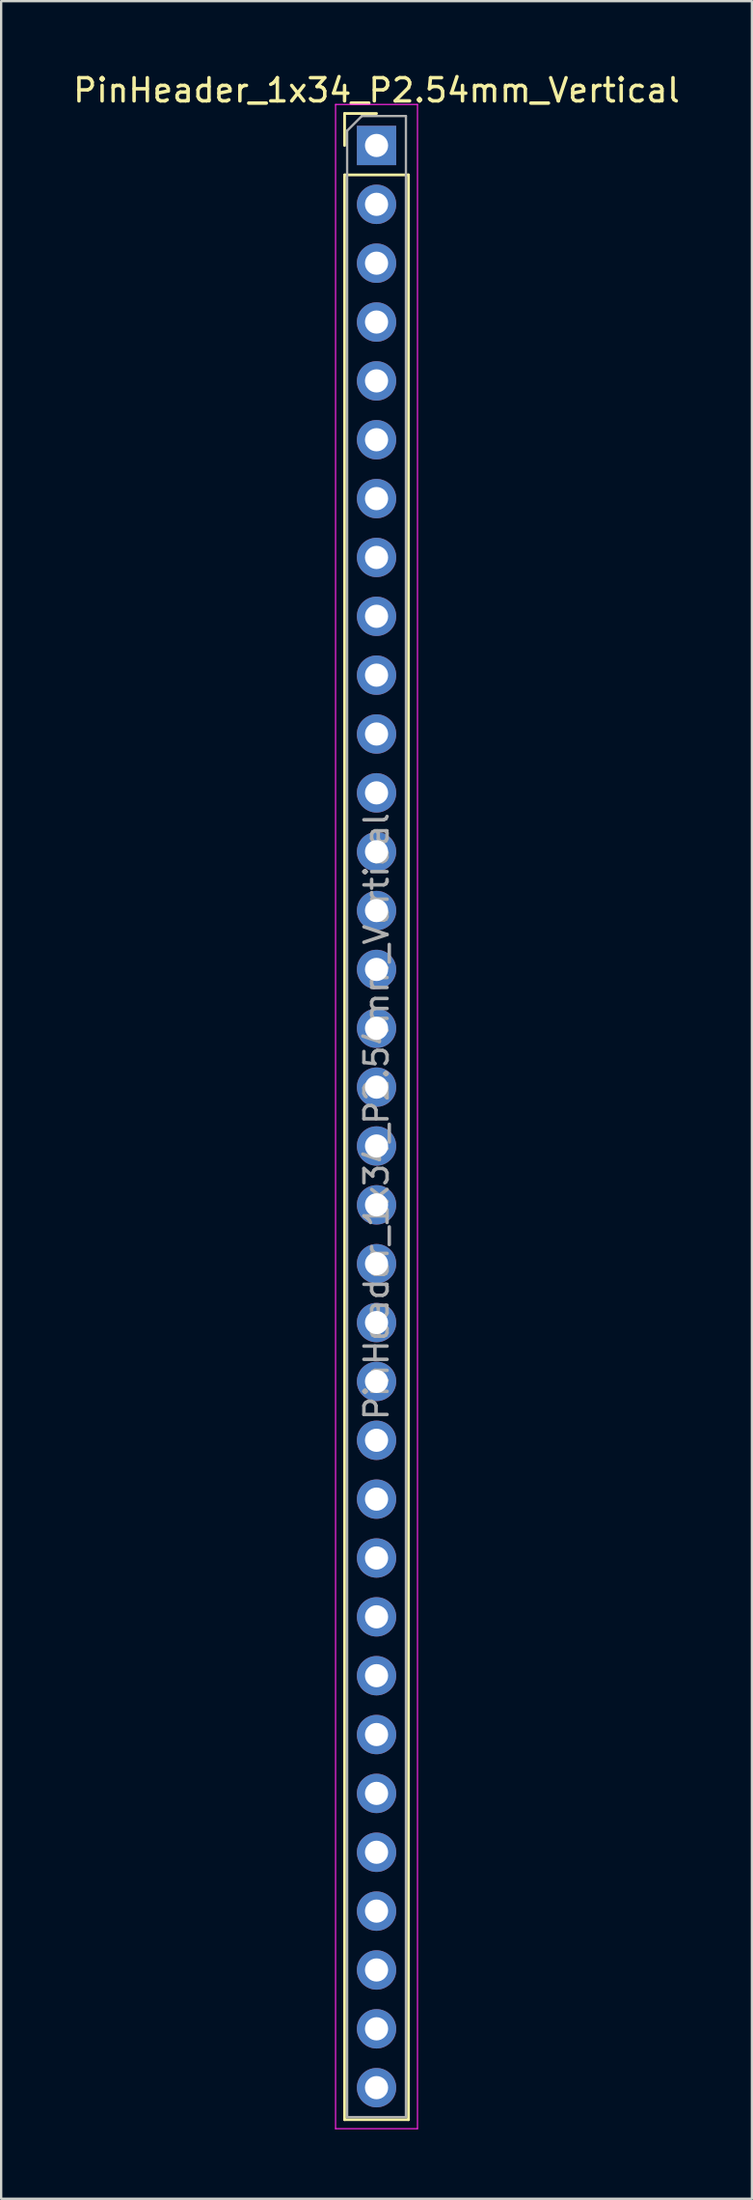
<source format=kicad_pcb>
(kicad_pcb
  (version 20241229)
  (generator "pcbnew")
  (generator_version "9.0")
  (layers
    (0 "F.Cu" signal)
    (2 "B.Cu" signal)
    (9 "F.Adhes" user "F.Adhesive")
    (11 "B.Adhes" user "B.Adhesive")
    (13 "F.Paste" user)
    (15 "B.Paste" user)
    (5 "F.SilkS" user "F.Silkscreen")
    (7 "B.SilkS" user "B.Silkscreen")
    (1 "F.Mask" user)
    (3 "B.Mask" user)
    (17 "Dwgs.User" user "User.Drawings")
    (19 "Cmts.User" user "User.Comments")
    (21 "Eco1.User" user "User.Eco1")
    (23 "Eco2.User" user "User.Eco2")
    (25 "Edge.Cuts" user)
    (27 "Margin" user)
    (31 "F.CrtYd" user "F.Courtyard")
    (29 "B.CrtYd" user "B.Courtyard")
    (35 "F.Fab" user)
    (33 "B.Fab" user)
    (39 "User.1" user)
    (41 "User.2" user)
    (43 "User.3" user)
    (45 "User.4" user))
  (footprint "PinHeader_1x34_P2.54mm_Vertical"
    (layer "F.Cu")
    (at 13.22 3.228)
    (property "Reference" "PinHeader_1x34_P2.54mm_Vertical" (at 0 -2.38 0) (layer "F.SilkS") (effects (font (size 1 1) (thickness 0.15))))
    (attr through_hole)
    (fp_line (start -1.38 -1.38) (end 0 -1.38) (stroke (width 0.12) (type solid)) (layer "F.SilkS"))
    (fp_line (start -1.38 0) (end -1.38 -1.38) (stroke (width 0.12) (type solid)) (layer "F.SilkS"))
    (fp_line (start -1.38 1.27) (end -1.38 85.2) (stroke (width 0.12) (type solid)) (layer "F.SilkS"))
    (fp_line (start -1.38 1.27) (end 1.38 1.27) (stroke (width 0.12) (type solid)) (layer "F.SilkS"))
    (fp_line (start -1.38 85.2) (end 1.38 85.2) (stroke (width 0.12) (type solid)) (layer "F.SilkS"))
    (fp_line (start 1.38 1.27) (end 1.38 85.2) (stroke (width 0.12) (type solid)) (layer "F.SilkS"))
    (fp_line (start -1.77 -1.77) (end -1.77 85.59) (stroke (width 0.05) (type solid)) (layer "F.CrtYd"))
    (fp_line (start -1.77 85.59) (end 1.77 85.59) (stroke (width 0.05) (type solid)) (layer "F.CrtYd"))
    (fp_line (start 1.77 -1.77) (end -1.77 -1.77) (stroke (width 0.05) (type solid)) (layer "F.CrtYd"))
    (fp_line (start 1.77 85.59) (end 1.77 -1.77) (stroke (width 0.05) (type solid)) (layer "F.CrtYd"))
    (fp_line (start -1.27 -0.635) (end -0.635 -1.27) (stroke (width 0.1) (type solid)) (layer "F.Fab"))
    (fp_line (start -1.27 85.09) (end -1.27 -0.635) (stroke (width 0.1) (type solid)) (layer "F.Fab"))
    (fp_line (start -0.635 -1.27) (end 1.27 -1.27) (stroke (width 0.1) (type solid)) (layer "F.Fab"))
    (fp_line (start 1.27 -1.27) (end 1.27 85.09) (stroke (width 0.1) (type solid)) (layer "F.Fab"))
    (fp_line (start 1.27 85.09) (end -1.27 85.09) (stroke (width 0.1) (type solid)) (layer "F.Fab"))
    (fp_text user "${REFERENCE}" (at 0 41.91 90) (layer "F.Fab") (effects (font (size 1 1) (thickness 0.15))))
    (pad "1" thru_hole rect (at 0 0) (size 1.7 1.7) (drill 1) (layers "*.Cu" "*.Mask"))
    (pad "2" thru_hole circle (at 0 2.54) (size 1.7 1.7) (drill 1) (layers "*.Cu" "*.Mask"))
    (pad "3" thru_hole circle (at 0 5.08) (size 1.7 1.7) (drill 1) (layers "*.Cu" "*.Mask"))
    (pad "4" thru_hole circle (at 0 7.62) (size 1.7 1.7) (drill 1) (layers "*.Cu" "*.Mask"))
    (pad "5" thru_hole circle (at 0 10.16) (size 1.7 1.7) (drill 1) (layers "*.Cu" "*.Mask"))
    (pad "6" thru_hole circle (at 0 12.7) (size 1.7 1.7) (drill 1) (layers "*.Cu" "*.Mask"))
    (pad "7" thru_hole circle (at 0 15.24) (size 1.7 1.7) (drill 1) (layers "*.Cu" "*.Mask"))
    (pad "8" thru_hole circle (at 0 17.78) (size 1.7 1.7) (drill 1) (layers "*.Cu" "*.Mask"))
    (pad "9" thru_hole circle (at 0 20.32) (size 1.7 1.7) (drill 1) (layers "*.Cu" "*.Mask"))
    (pad "10" thru_hole circle (at 0 22.86) (size 1.7 1.7) (drill 1) (layers "*.Cu" "*.Mask"))
    (pad "11" thru_hole circle (at 0 25.4) (size 1.7 1.7) (drill 1) (layers "*.Cu" "*.Mask"))
    (pad "12" thru_hole circle (at 0 27.94) (size 1.7 1.7) (drill 1) (layers "*.Cu" "*.Mask"))
    (pad "13" thru_hole circle (at 0 30.48) (size 1.7 1.7) (drill 1) (layers "*.Cu" "*.Mask"))
    (pad "14" thru_hole circle (at 0 33.02) (size 1.7 1.7) (drill 1) (layers "*.Cu" "*.Mask"))
    (pad "15" thru_hole circle (at 0 35.56) (size 1.7 1.7) (drill 1) (layers "*.Cu" "*.Mask"))
    (pad "16" thru_hole circle (at 0 38.1) (size 1.7 1.7) (drill 1) (layers "*.Cu" "*.Mask"))
    (pad "17" thru_hole circle (at 0 40.64) (size 1.7 1.7) (drill 1) (layers "*.Cu" "*.Mask"))
    (pad "18" thru_hole circle (at 0 43.18) (size 1.7 1.7) (drill 1) (layers "*.Cu" "*.Mask"))
    (pad "19" thru_hole circle (at 0 45.72) (size 1.7 1.7) (drill 1) (layers "*.Cu" "*.Mask"))
    (pad "20" thru_hole circle (at 0 48.26) (size 1.7 1.7) (drill 1) (layers "*.Cu" "*.Mask"))
    (pad "21" thru_hole circle (at 0 50.8) (size 1.7 1.7) (drill 1) (layers "*.Cu" "*.Mask"))
    (pad "22" thru_hole circle (at 0 53.34) (size 1.7 1.7) (drill 1) (layers "*.Cu" "*.Mask"))
    (pad "23" thru_hole circle (at 0 55.88) (size 1.7 1.7) (drill 1) (layers "*.Cu" "*.Mask"))
    (pad "24" thru_hole circle (at 0 58.42) (size 1.7 1.7) (drill 1) (layers "*.Cu" "*.Mask"))
    (pad "25" thru_hole circle (at 0 60.96) (size 1.7 1.7) (drill 1) (layers "*.Cu" "*.Mask"))
    (pad "26" thru_hole circle (at 0 63.5) (size 1.7 1.7) (drill 1) (layers "*.Cu" "*.Mask"))
    (pad "27" thru_hole circle (at 0 66.04) (size 1.7 1.7) (drill 1) (layers "*.Cu" "*.Mask"))
    (pad "28" thru_hole circle (at 0 68.58) (size 1.7 1.7) (drill 1) (layers "*.Cu" "*.Mask"))
    (pad "29" thru_hole circle (at 0 71.12) (size 1.7 1.7) (drill 1) (layers "*.Cu" "*.Mask"))
    (pad "30" thru_hole circle (at 0 73.66) (size 1.7 1.7) (drill 1) (layers "*.Cu" "*.Mask"))
    (pad "31" thru_hole circle (at 0 76.2) (size 1.7 1.7) (drill 1) (layers "*.Cu" "*.Mask"))
    (pad "32" thru_hole circle (at 0 78.74) (size 1.7 1.7) (drill 1) (layers "*.Cu" "*.Mask"))
    (pad "33" thru_hole circle (at 0 81.28) (size 1.7 1.7) (drill 1) (layers "*.Cu" "*.Mask"))
    (pad "34" thru_hole circle (at 0 83.82) (size 1.7 1.7) (drill 1) (layers "*.Cu" "*.Mask")))
  (gr_rect
    (start -3 -3)
    (end 29.44 91.843)
    (stroke (width 0.1) (type default))
    (fill no)
    (layer "Edge.Cuts")))
</source>
